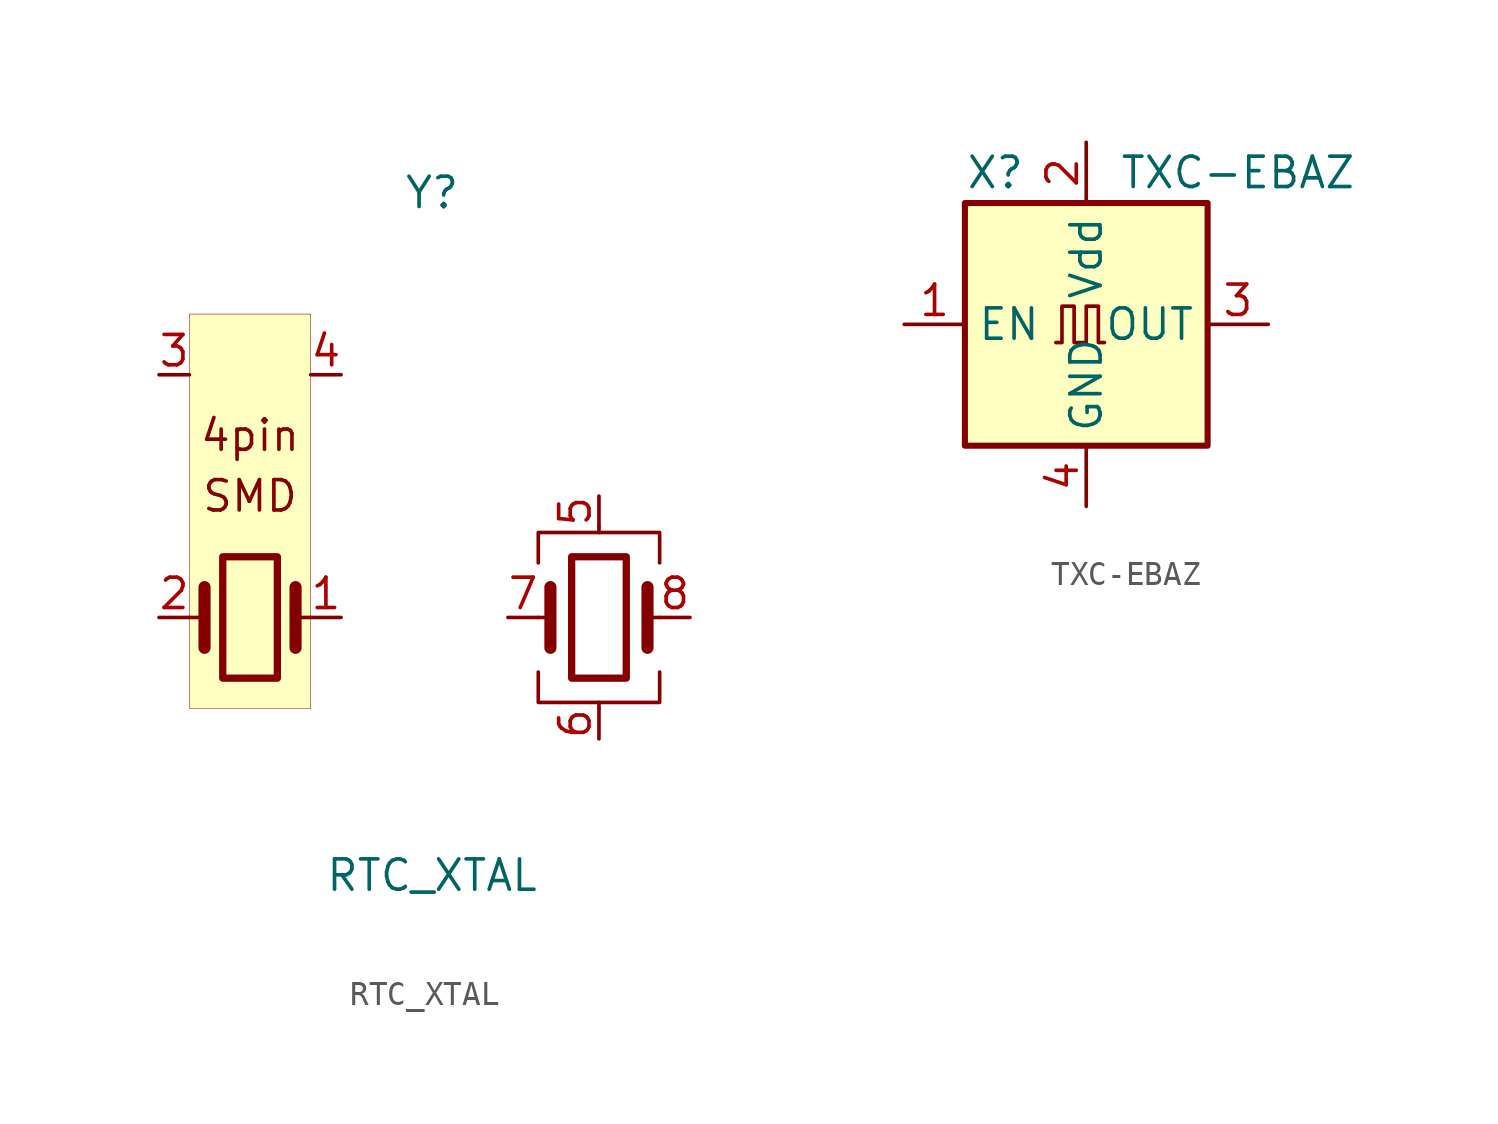
<source format=kicad_sym>
(kicad_symbol_lib
  (version 20201005)
  (generator kicad_symbol_editor)
  (symbol "osc:RTC_XTAL"
    (pin_names
      (offset 0.002) hide)
    (property "Reference" "Y"
      (at 0 24.13 0)
      (effects (font (size 1.27 1.27))))
    (property "Value" "RTC_XTAL"
      (at 0 -4.445 0)
      (effects (font (size 1.27 1.27))))
    (symbol "RTC_XTAL_0_0"
      (text "4pin" (at -7.62 13.97 0) (effects (font (size 1.27 1.27))))
      (text "SMD" (at -7.62 11.43 0) (effects (font (size 1.27 1.27)))))
    (symbol "RTC_XTAL_0_1"
      (rectangle (start -8.763 8.89) (end -6.477 3.81) (stroke (width 0.305)) (fill (type none)))
      (rectangle (start -10.16 19.05) (end -5.08 2.54) (stroke (width 0.001)) (fill (type background)))
      (rectangle (start 5.842 8.89) (end 8.128 3.81) (stroke (width 0.305)) (fill (type none)))
      (polyline (pts (xy -10.16 6.35) (xy -9.525 6.35)) (stroke (width 0)) (fill (type none)))
      (polyline (pts (xy -9.525 5.08) (xy -9.525 7.62)) (stroke (width 0.508)) (fill (type none)))
      (polyline (pts (xy -5.715 5.08) (xy -5.715 7.62)) (stroke (width 0.508)) (fill (type none)))
      (polyline (pts (xy -5.08 6.35) (xy -5.715 6.35)) (stroke (width 0)) (fill (type none)))
      (polyline (pts (xy 4.445 6.35) (xy 4.953 6.35)) (stroke (width 0)) (fill (type none)))
      (polyline (pts (xy 4.953 5.08) (xy 4.953 7.62)) (stroke (width 0.508)) (fill (type none)))
      (polyline (pts (xy 6.985 2.54) (xy 6.985 2.794)) (stroke (width 0)) (fill (type none)))
      (polyline (pts (xy 6.985 9.906) (xy 6.985 10.16)) (stroke (width 0)) (fill (type none)))
      (polyline (pts (xy 9.017 5.08) (xy 9.017 7.62)) (stroke (width 0.508)) (fill (type none)))
      (polyline (pts (xy 9.017 6.35) (xy 9.525 6.35)) (stroke (width 0)) (fill (type none)))
      (polyline (pts (xy 4.445 4.064) (xy 4.445 2.794) (xy 9.525 2.794) (xy 9.525 4.064)) (stroke (width 0)) (fill (type none)))
      (polyline (pts (xy 4.445 8.636) (xy 4.445 9.906) (xy 9.525 9.906) (xy 9.525 8.636)) (stroke (width 0)) (fill (type none))))
    (symbol "RTC_XTAL_1_1"
      (pin passive line (at -11.43 6.35 0) (length 1.27) (name "2" (effects (font (size 1.27 1.27)))) (number "2" (effects (font (size 1.27 1.27)))))
      (pin passive line (at -3.81 6.35 180) (length 1.27) (name "1" (effects (font (size 1.27 1.27)))) (number "1" (effects (font (size 1.27 1.27)))))
      (pin passive line (at -3.81 16.51 180) (length 1.27) (name "4" (effects (font (size 1.27 1.27)))) (number "4" (effects (font (size 1.27 1.27)))))
      (pin passive line (at -11.43 16.51 0) (length 1.27) (name "3" (effects (font (size 1.27 1.27)))) (number "3" (effects (font (size 1.27 1.27)))))
      (pin passive line (at 3.175 6.35 0) (length 1.27) (name "7" (effects (font (size 1.27 1.27)))) (number "7" (effects (font (size 1.27 1.27)))))
      (pin passive line (at 6.985 11.43 270) (length 1.27) (name "5" (effects (font (size 1.27 1.27)))) (number "5" (effects (font (size 1.27 1.27)))))
      (pin passive line (at 6.985 1.27 90) (length 1.27) (name "6" (effects (font (size 1.27 1.27)))) (number "6" (effects (font (size 1.27 1.27)))))
      (pin passive line (at 10.795 6.35 180) (length 1.27) (name "8" (effects (font (size 1.27 1.27)))) (number "8" (effects (font (size 1.27 1.27)))))))
  (symbol "osc:TXC-EBAZ"
    (property "Reference" "X"
      (at -3.81 6.35 0)
      (effects (font (size 1.27 1.27))))
    (property "Value" "TXC-EBAZ"
      (at 6.35 6.35 0)
      (effects (font (size 1.27 1.27))))
    (symbol "TXC-EBAZ_0_1"
      (rectangle (start -5.08 5.08) (end 5.08 -5.08) (stroke (width 0.254)) (fill (type background)))
      (polyline (pts (xy -1.27 -0.762) (xy -1.016 -0.762) (xy -1.016 0.762) (xy -0.508 0.762) (xy -0.508 -0.762) (xy 0 -0.762) (xy 0 0.762) (xy 0.508 0.762) (xy 0.508 -0.762) (xy 0.762 -0.762)) (stroke (width 0)) (fill (type none))))
    (symbol "TXC-EBAZ_1_1"
      (pin input line (at -7.62 0 0) (length 2.54) (name "EN" (effects (font (size 1.27 1.27)))) (number "1" (effects (font (size 1.27 1.27)))))
      (pin power_in line (at 0 -7.62 90) (length 2.54) (name "GND" (effects (font (size 1.27 1.27)))) (number "4" (effects (font (size 1.27 1.27)))))
      (pin output line (at 7.62 0 180) (length 2.54) (name "OUT" (effects (font (size 1.27 1.27)))) (number "3" (effects (font (size 1.27 1.27)))))
      (pin power_in line (at 0 7.62 270) (length 2.54) (name "Vdd" (effects (font (size 1.27 1.27)))) (number "2" (effects (font (size 1.27 1.27))))))))
</source>
